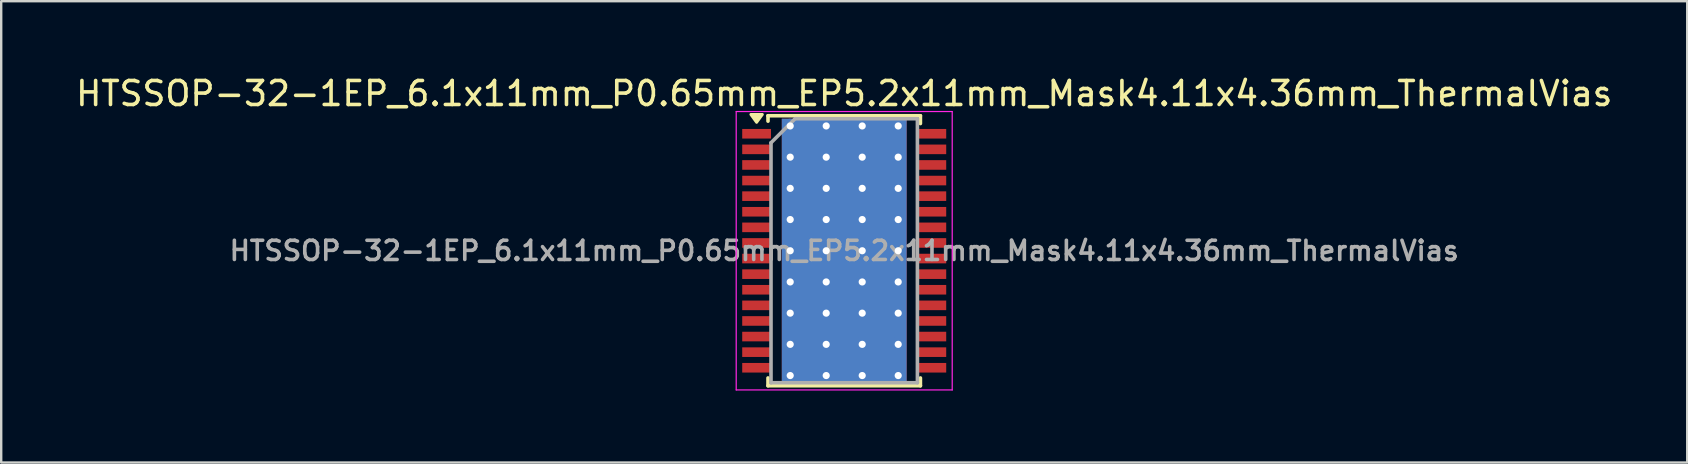
<source format=kicad_pcb>
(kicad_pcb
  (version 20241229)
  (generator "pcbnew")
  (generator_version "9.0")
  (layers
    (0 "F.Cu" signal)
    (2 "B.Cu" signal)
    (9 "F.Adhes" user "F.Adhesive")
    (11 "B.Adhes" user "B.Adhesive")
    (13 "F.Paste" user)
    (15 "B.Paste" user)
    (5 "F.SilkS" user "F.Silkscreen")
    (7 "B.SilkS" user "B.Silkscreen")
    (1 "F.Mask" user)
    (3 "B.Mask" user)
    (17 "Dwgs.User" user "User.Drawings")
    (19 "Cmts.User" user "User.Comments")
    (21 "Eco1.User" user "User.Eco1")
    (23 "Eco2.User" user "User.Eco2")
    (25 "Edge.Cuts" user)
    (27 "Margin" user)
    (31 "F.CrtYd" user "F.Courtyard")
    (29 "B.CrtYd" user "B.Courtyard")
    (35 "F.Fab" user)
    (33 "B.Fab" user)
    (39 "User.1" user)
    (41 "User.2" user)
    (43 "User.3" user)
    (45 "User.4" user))
  (footprint "HTSSOP-32-1EP_6.1x11mm_P0.65mm_EP5.2x11mm_Mask4.11x4.36mm_ThermalVias"
    (layer "F.Cu")
    (at 32.125 7.398)
    (property "Reference" "HTSSOP-32-1EP_6.1x11mm_P0.65mm_EP5.2x11mm_Mask4.11x4.36mm_ThermalVias" (at 0 -6.55 0) (layer "F.SilkS") (effects (font (size 1 1) (thickness 0.15))))
    (attr smd)
    (fp_line (start -3.175 -5.625) (end 3.175 -5.625) (stroke (width 0.15) (type solid)) (layer "F.SilkS"))
    (fp_line (start -3.175 -5.4) (end -3.175 -5.625) (stroke (width 0.15) (type solid)) (layer "F.SilkS"))
    (fp_line (start -3.175 5.3) (end -3.175 5.625) (stroke (width 0.15) (type solid)) (layer "F.SilkS"))
    (fp_line (start -3.175 5.625) (end 3.175 5.625) (stroke (width 0.15) (type solid)) (layer "F.SilkS"))
    (fp_line (start 3.175 -5.625) (end 3.175 -5.3) (stroke (width 0.15) (type solid)) (layer "F.SilkS"))
    (fp_line (start 3.175 5.625) (end 3.175 5.3) (stroke (width 0.15) (type solid)) (layer "F.SilkS"))
    (fp_poly (pts (xy -3.65 -5.35) (xy -3.89 -5.68) (xy -3.41 -5.68) (xy -3.65 -5.35)) (stroke (width 0.12) (type solid)) (fill yes) (layer "F.SilkS"))
    (fp_line (start -4.5 -5.8) (end -4.5 5.8) (stroke (width 0.05) (type solid)) (layer "F.CrtYd"))
    (fp_line (start -4.5 5.8) (end 4.5 5.8) (stroke (width 0.05) (type solid)) (layer "F.CrtYd"))
    (fp_line (start 4.5 -5.8) (end -4.5 -5.8) (stroke (width 0.05) (type solid)) (layer "F.CrtYd"))
    (fp_line (start 4.5 5.8) (end 4.5 -5.8) (stroke (width 0.05) (type solid)) (layer "F.CrtYd"))
    (fp_line (start -3.05 -4.5) (end -2.05 -5.5) (stroke (width 0.15) (type solid)) (layer "F.Fab"))
    (fp_line (start -3.05 5.5) (end -3.05 -4.5) (stroke (width 0.15) (type solid)) (layer "F.Fab"))
    (fp_line (start -2.05 -5.5) (end 3.05 -5.5) (stroke (width 0.15) (type solid)) (layer "F.Fab"))
    (fp_line (start 3.05 -5.5) (end 3.05 5.5) (stroke (width 0.15) (type solid)) (layer "F.Fab"))
    (fp_line (start 3.05 5.5) (end -3.05 5.5) (stroke (width 0.15) (type solid)) (layer "F.Fab"))
    (fp_text user "${REFERENCE}" (at 0 0 0) (layer "F.Fab") (effects (font (size 0.8 0.8) (thickness 0.15))))
    (pad "" smd rect (at -1.365 -1.725) (size 0.93 0.55) (layers "F.Paste"))
    (pad "" smd rect (at -1.365 -0.65) (size 0.93 1) (layers "F.Paste"))
    (pad "" smd rect (at -1.365 0.65) (size 0.93 1) (layers "F.Paste"))
    (pad "" smd rect (at -1.365 1.725) (size 0.93 0.55) (layers "F.Paste"))
    (pad "" smd rect (at 0 -1.725) (size 1.2 0.55) (layers "F.Paste"))
    (pad "" smd rect (at 0 -0.65) (size 1.2 1) (layers "F.Paste"))
    (pad "" smd rect (at 0 0) (size 4.11 4.36) (layers "F.Mask"))
    (pad "" smd rect (at 0 0.65) (size 1.2 1) (layers "F.Paste"))
    (pad "" smd rect (at 0 1.725) (size 1.2 0.55) (layers "F.Paste"))
    (pad "" smd rect (at 1.365 -1.725) (size 0.93 0.55) (layers "F.Paste"))
    (pad "" smd rect (at 1.365 -0.65) (size 0.93 1) (layers "F.Paste"))
    (pad "" smd rect (at 1.365 0.65) (size 0.93 1) (layers "F.Paste"))
    (pad "" smd rect (at 1.365 1.725) (size 0.93 0.55) (layers "F.Paste"))
    (pad "1" smd rect (at -3.65 -4.875) (size 1.2 0.4) (layers "F.Cu" "F.Mask" "F.Paste"))
    (pad "2" smd rect (at -3.65 -4.225) (size 1.2 0.4) (layers "F.Cu" "F.Mask" "F.Paste"))
    (pad "3" smd rect (at -3.65 -3.575) (size 1.2 0.4) (layers "F.Cu" "F.Mask" "F.Paste"))
    (pad "4" smd rect (at -3.65 -2.925) (size 1.2 0.4) (layers "F.Cu" "F.Mask" "F.Paste"))
    (pad "5" smd rect (at -3.65 -2.275) (size 1.2 0.4) (layers "F.Cu" "F.Mask" "F.Paste"))
    (pad "6" smd rect (at -3.65 -1.625) (size 1.2 0.4) (layers "F.Cu" "F.Mask" "F.Paste"))
    (pad "7" smd rect (at -3.65 -0.975) (size 1.2 0.4) (layers "F.Cu" "F.Mask" "F.Paste"))
    (pad "8" smd rect (at -3.65 -0.325) (size 1.2 0.4) (layers "F.Cu" "F.Mask" "F.Paste"))
    (pad "9" smd rect (at -3.65 0.325) (size 1.2 0.4) (layers "F.Cu" "F.Mask" "F.Paste"))
    (pad "10" smd rect (at -3.65 0.975) (size 1.2 0.4) (layers "F.Cu" "F.Mask" "F.Paste"))
    (pad "11" smd rect (at -3.65 1.625) (size 1.2 0.4) (layers "F.Cu" "F.Mask" "F.Paste"))
    (pad "12" smd rect (at -3.65 2.275) (size 1.2 0.4) (layers "F.Cu" "F.Mask" "F.Paste"))
    (pad "13" smd rect (at -3.65 2.925) (size 1.2 0.4) (layers "F.Cu" "F.Mask" "F.Paste"))
    (pad "14" smd rect (at -3.65 3.575) (size 1.2 0.4) (layers "F.Cu" "F.Mask" "F.Paste"))
    (pad "15" smd rect (at -3.65 4.225) (size 1.2 0.4) (layers "F.Cu" "F.Mask" "F.Paste"))
    (pad "16" smd rect (at -3.65 4.875) (size 1.2 0.4) (layers "F.Cu" "F.Mask" "F.Paste"))
    (pad "17" smd rect (at 3.65 4.875) (size 1.2 0.4) (layers "F.Cu" "F.Mask" "F.Paste"))
    (pad "18" smd rect (at 3.65 4.225) (size 1.2 0.4) (layers "F.Cu" "F.Mask" "F.Paste"))
    (pad "19" smd rect (at 3.65 3.575) (size 1.2 0.4) (layers "F.Cu" "F.Mask" "F.Paste"))
    (pad "20" smd rect (at 3.65 2.925) (size 1.2 0.4) (layers "F.Cu" "F.Mask" "F.Paste"))
    (pad "21" smd rect (at 3.65 2.275) (size 1.2 0.4) (layers "F.Cu" "F.Mask" "F.Paste"))
    (pad "22" smd rect (at 3.65 1.625) (size 1.2 0.4) (layers "F.Cu" "F.Mask" "F.Paste"))
    (pad "23" smd rect (at 3.65 0.975) (size 1.2 0.4) (layers "F.Cu" "F.Mask" "F.Paste"))
    (pad "24" smd rect (at 3.65 0.325) (size 1.2 0.4) (layers "F.Cu" "F.Mask" "F.Paste"))
    (pad "25" smd rect (at 3.65 -0.325) (size 1.2 0.4) (layers "F.Cu" "F.Mask" "F.Paste"))
    (pad "26" smd rect (at 3.65 -0.975) (size 1.2 0.4) (layers "F.Cu" "F.Mask" "F.Paste"))
    (pad "27" smd rect (at 3.65 -1.625) (size 1.2 0.4) (layers "F.Cu" "F.Mask" "F.Paste"))
    (pad "28" smd rect (at 3.65 -2.275) (size 1.2 0.4) (layers "F.Cu" "F.Mask" "F.Paste"))
    (pad "29" smd rect (at 3.65 -2.925) (size 1.2 0.4) (layers "F.Cu" "F.Mask" "F.Paste"))
    (pad "30" smd rect (at 3.65 -3.575) (size 1.2 0.4) (layers "F.Cu" "F.Mask" "F.Paste"))
    (pad "31" smd rect (at 3.65 -4.225) (size 1.2 0.4) (layers "F.Cu" "F.Mask" "F.Paste"))
    (pad "32" smd rect (at 3.65 -4.875) (size 1.2 0.4) (layers "F.Cu" "F.Mask" "F.Paste"))
    (pad "33" thru_hole circle (at -2.25 -5.2) (size 0.6 0.6) (drill 0.3) (layers "*.Cu"))
    (pad "33" thru_hole circle (at -2.25 -3.9) (size 0.6 0.6) (drill 0.3) (layers "*.Cu"))
    (pad "33" thru_hole circle (at -2.25 -2.6) (size 0.6 0.6) (drill 0.3) (layers "*.Cu"))
    (pad "33" thru_hole circle (at -2.25 -1.3) (size 0.6 0.6) (drill 0.3) (layers "*.Cu"))
    (pad "33" thru_hole circle (at -2.25 0) (size 0.6 0.6) (drill 0.3) (layers "*.Cu"))
    (pad "33" thru_hole circle (at -2.25 1.3) (size 0.6 0.6) (drill 0.3) (layers "*.Cu"))
    (pad "33" thru_hole circle (at -2.25 2.6) (size 0.6 0.6) (drill 0.3) (layers "*.Cu"))
    (pad "33" thru_hole circle (at -2.25 3.9) (size 0.6 0.6) (drill 0.3) (layers "*.Cu"))
    (pad "33" thru_hole circle (at -2.25 5.2) (size 0.6 0.6) (drill 0.3) (layers "*.Cu"))
    (pad "33" thru_hole circle (at -0.75 -5.2) (size 0.6 0.6) (drill 0.3) (layers "*.Cu"))
    (pad "33" thru_hole circle (at -0.75 -3.9) (size 0.6 0.6) (drill 0.3) (layers "*.Cu"))
    (pad "33" thru_hole circle (at -0.75 -2.6) (size 0.6 0.6) (drill 0.3) (layers "*.Cu"))
    (pad "33" thru_hole circle (at -0.75 -1.3) (size 0.6 0.6) (drill 0.3) (layers "*.Cu"))
    (pad "33" thru_hole circle (at -0.75 0) (size 0.6 0.6) (drill 0.3) (layers "*.Cu"))
    (pad "33" thru_hole circle (at -0.75 1.3) (size 0.6 0.6) (drill 0.3) (layers "*.Cu"))
    (pad "33" thru_hole circle (at -0.75 2.6) (size 0.6 0.6) (drill 0.3) (layers "*.Cu"))
    (pad "33" thru_hole circle (at -0.75 3.9) (size 0.6 0.6) (drill 0.3) (layers "*.Cu"))
    (pad "33" thru_hole circle (at -0.75 5.2) (size 0.6 0.6) (drill 0.3) (layers "*.Cu"))
    (pad "33" smd rect (at 0 0) (size 5.2 11) (layers "F.Cu"))
    (pad "33" smd rect (at 0 0) (size 5.2 11) (layers "B.Cu"))
    (pad "33" thru_hole circle (at 0.75 -5.2) (size 0.6 0.6) (drill 0.3) (layers "*.Cu"))
    (pad "33" thru_hole circle (at 0.75 -3.9) (size 0.6 0.6) (drill 0.3) (layers "*.Cu"))
    (pad "33" thru_hole circle (at 0.75 -2.6) (size 0.6 0.6) (drill 0.3) (layers "*.Cu"))
    (pad "33" thru_hole circle (at 0.75 -1.3) (size 0.6 0.6) (drill 0.3) (layers "*.Cu"))
    (pad "33" thru_hole circle (at 0.75 0) (size 0.6 0.6) (drill 0.3) (layers "*.Cu"))
    (pad "33" thru_hole circle (at 0.75 1.3) (size 0.6 0.6) (drill 0.3) (layers "*.Cu"))
    (pad "33" thru_hole circle (at 0.75 2.6) (size 0.6 0.6) (drill 0.3) (layers "*.Cu"))
    (pad "33" thru_hole circle (at 0.75 3.9) (size 0.6 0.6) (drill 0.3) (layers "*.Cu"))
    (pad "33" thru_hole circle (at 0.75 5.2) (size 0.6 0.6) (drill 0.3) (layers "*.Cu"))
    (pad "33" thru_hole circle (at 2.25 -5.2) (size 0.6 0.6) (drill 0.3) (layers "*.Cu"))
    (pad "33" thru_hole circle (at 2.25 -3.9) (size 0.6 0.6) (drill 0.3) (layers "*.Cu"))
    (pad "33" thru_hole circle (at 2.25 -2.6) (size 0.6 0.6) (drill 0.3) (layers "*.Cu"))
    (pad "33" thru_hole circle (at 2.25 -1.3) (size 0.6 0.6) (drill 0.3) (layers "*.Cu"))
    (pad "33" thru_hole circle (at 2.25 0) (size 0.6 0.6) (drill 0.3) (layers "*.Cu"))
    (pad "33" thru_hole circle (at 2.25 1.3) (size 0.6 0.6) (drill 0.3) (layers "*.Cu"))
    (pad "33" thru_hole circle (at 2.25 2.6) (size 0.6 0.6) (drill 0.3) (layers "*.Cu"))
    (pad "33" thru_hole circle (at 2.25 3.9) (size 0.6 0.6) (drill 0.3) (layers "*.Cu"))
    (pad "33" thru_hole circle (at 2.25 5.2) (size 0.6 0.6) (drill 0.3) (layers "*.Cu")))
  (gr_rect
    (start -3 -3)
    (end 67.25 16.223)
    (stroke (width 0.1) (type default))
    (fill no)
    (layer "Edge.Cuts")))
</source>
